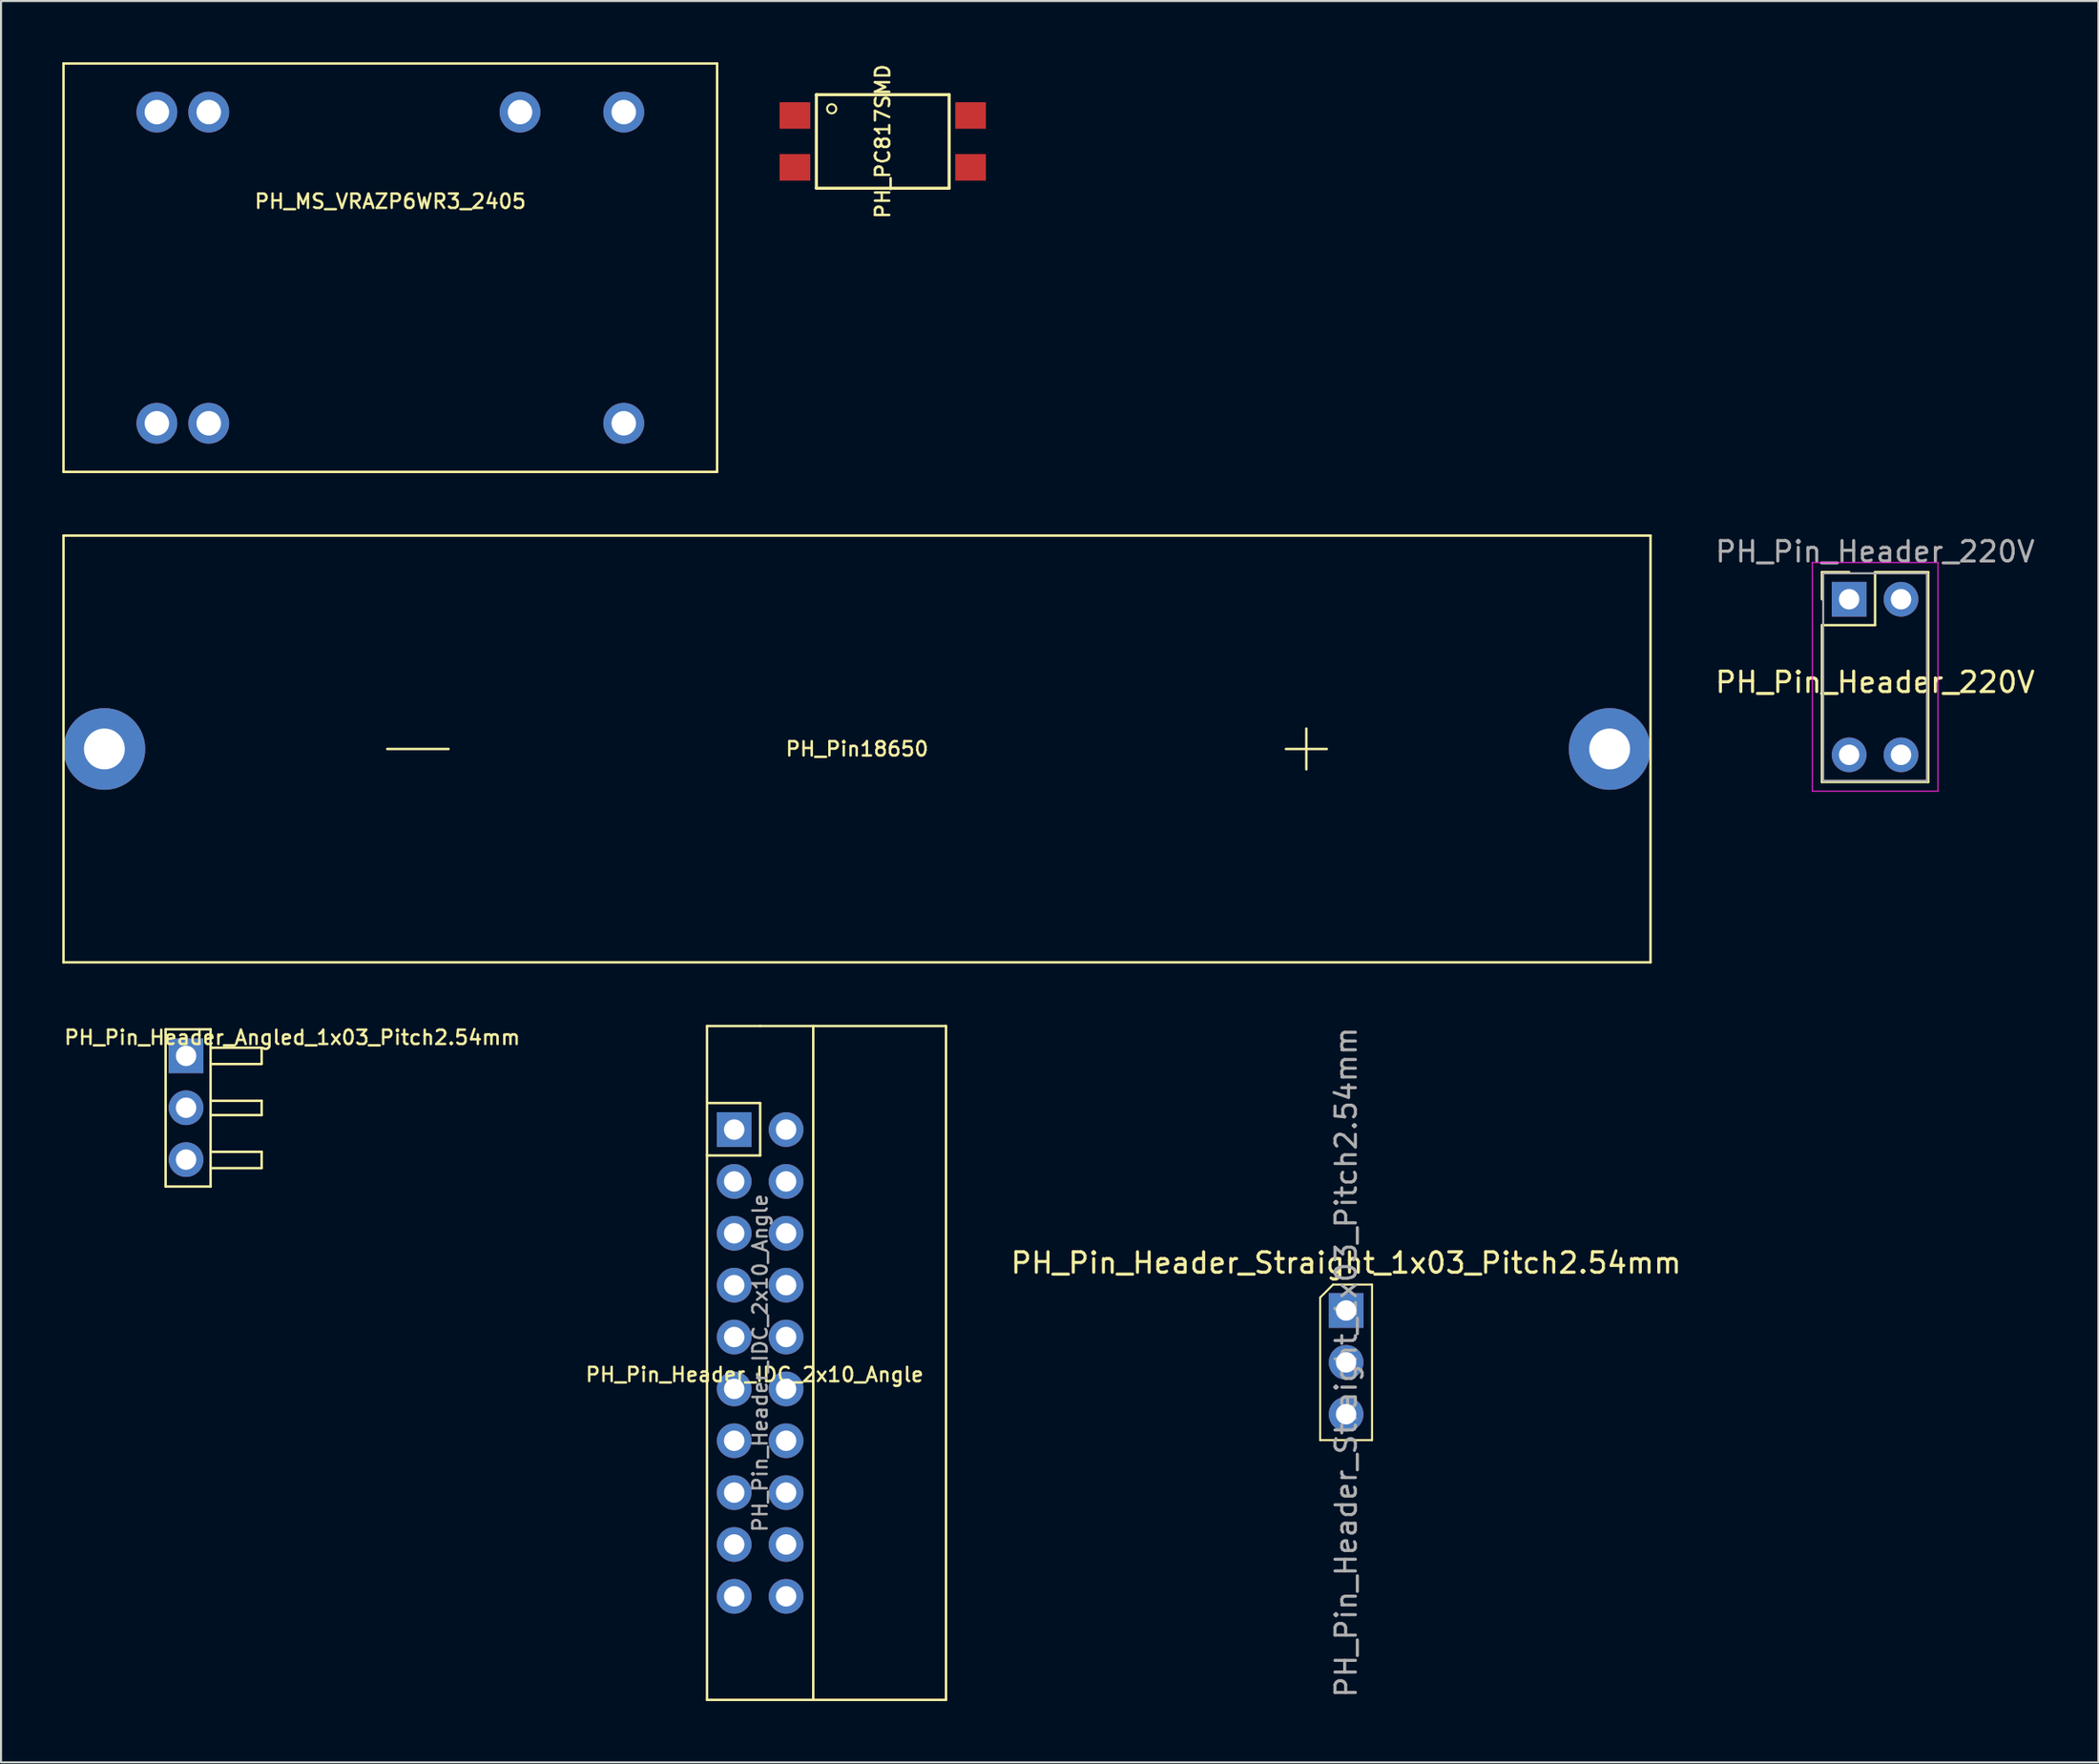
<source format=kicad_pcb>
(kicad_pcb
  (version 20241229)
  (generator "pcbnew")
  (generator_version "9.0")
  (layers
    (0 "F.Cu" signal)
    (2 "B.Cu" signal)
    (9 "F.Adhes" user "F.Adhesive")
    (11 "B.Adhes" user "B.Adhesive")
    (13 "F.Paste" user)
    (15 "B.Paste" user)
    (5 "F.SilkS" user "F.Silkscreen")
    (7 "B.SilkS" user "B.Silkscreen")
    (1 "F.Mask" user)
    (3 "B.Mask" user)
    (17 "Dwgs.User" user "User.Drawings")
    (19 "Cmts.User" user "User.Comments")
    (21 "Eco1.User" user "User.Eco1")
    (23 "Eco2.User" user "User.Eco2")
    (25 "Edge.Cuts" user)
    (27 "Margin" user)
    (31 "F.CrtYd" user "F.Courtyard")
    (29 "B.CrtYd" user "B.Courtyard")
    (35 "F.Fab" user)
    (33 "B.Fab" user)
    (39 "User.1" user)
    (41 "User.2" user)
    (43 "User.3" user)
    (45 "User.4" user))
  (footprint "PH_Pin_Header_Angled_1x03_Pitch2.54mm"
    (layer "F.Cu")
    (at 6.06 48.66)
    (property "Reference" "PH_Pin_Header_Angled_1x03_Pitch2.54mm" (at 5.2 -0.9 0) (layer "F.SilkS") (effects (font (size 0.7 0.7) (thickness 0.12))))
    (attr through_hole)
    (fp_line (start -1 -1.3) (end -1 6.4) (stroke (width 0.12) (type solid)) (layer "F.SilkS"))
    (fp_line (start -1 -1.3) (end 1.2 -1.3) (stroke (width 0.12) (type solid)) (layer "F.SilkS"))
    (fp_line (start 1.2 -1.3) (end 1.2 6.4) (stroke (width 0.12) (type solid)) (layer "F.SilkS"))
    (fp_line (start 1.2 6.4) (end -1 6.4) (stroke (width 0.12) (type solid)) (layer "F.SilkS"))
    (fp_line (start 1.3 -0.4) (end 1.2 -0.4) (stroke (width 0.12) (type solid)) (layer "F.SilkS"))
    (fp_line (start 3.7 -0.4) (end 1.3 -0.4) (stroke (width 0.12) (type solid)) (layer "F.SilkS"))
    (fp_line (start 3.7 -0.38) (end 3.7 0.38) (stroke (width 0.12) (type solid)) (layer "F.SilkS"))
    (fp_line (start 3.7 0.4) (end 1.2 0.4) (stroke (width 0.12) (type solid)) (layer "F.SilkS"))
    (fp_line (start 3.7 2.2) (end 1.2 2.2) (stroke (width 0.12) (type solid)) (layer "F.SilkS"))
    (fp_line (start 3.7 2.2) (end 3.7 2.9) (stroke (width 0.12) (type solid)) (layer "F.SilkS"))
    (fp_line (start 3.7 2.9) (end 1.2 2.9) (stroke (width 0.12) (type solid)) (layer "F.SilkS"))
    (fp_line (start 3.7 4.7) (end 1.2 4.7) (stroke (width 0.12) (type solid)) (layer "F.SilkS"))
    (fp_line (start 3.7 4.7) (end 3.7 5.48) (stroke (width 0.12) (type solid)) (layer "F.SilkS"))
    (fp_line (start 3.7 5.5) (end 1.2 5.5) (stroke (width 0.12) (type solid)) (layer "F.SilkS"))
    (pad "1" thru_hole rect (at 0 0) (size 1.7 1.7) (drill 1) (layers "*.Cu" "*.Mask"))
    (pad "2" thru_hole oval (at 0 2.54) (size 1.7 1.7) (drill 1) (layers "*.Cu" "*.Mask"))
    (pad "3" thru_hole oval (at 0 5.08) (size 1.7 1.7) (drill 1) (layers "*.Cu" "*.Mask")))
  (footprint "PH_Pin_Header_220V"
    (layer "F.Cu")
    (at 87.485 26.298)
    (property "Reference" "PH_Pin_Header_220V" (at 1.27 4.064 0) (layer "F.SilkS") (effects (font (size 1 1) (thickness 0.15))))
    (attr through_hole)
    (fp_line (start -1.33 -1.33) (end 0 -1.33) (stroke (width 0.12) (type solid)) (layer "F.SilkS"))
    (fp_line (start -1.33 0) (end -1.33 -1.33) (stroke (width 0.12) (type solid)) (layer "F.SilkS"))
    (fp_line (start -1.33 1.27) (end -1.33 8.95) (stroke (width 0.12) (type solid)) (layer "F.SilkS"))
    (fp_line (start -1.33 8.95) (end 3.87 8.95) (stroke (width 0.12) (type solid)) (layer "F.SilkS"))
    (fp_line (start 1.27 -1.33) (end 1.27 1.27) (stroke (width 0.12) (type solid)) (layer "F.SilkS"))
    (fp_line (start 1.27 1.27) (end -1.33 1.27) (stroke (width 0.12) (type solid)) (layer "F.SilkS"))
    (fp_line (start 3.87 -1.33) (end 1.27 -1.33) (stroke (width 0.12) (type solid)) (layer "F.SilkS"))
    (fp_line (start 3.87 8.95) (end 3.87 -1.33) (stroke (width 0.12) (type solid)) (layer "F.SilkS"))
    (fp_line (start -1.8 -1.8) (end -1.8 9.4) (stroke (width 0.05) (type solid)) (layer "F.CrtYd"))
    (fp_line (start -1.8 9.4) (end 4.35 9.4) (stroke (width 0.05) (type solid)) (layer "F.CrtYd"))
    (fp_line (start 4.35 -1.8) (end -1.8 -1.8) (stroke (width 0.05) (type solid)) (layer "F.CrtYd"))
    (fp_line (start 4.35 9.4) (end 4.35 -1.8) (stroke (width 0.05) (type solid)) (layer "F.CrtYd"))
    (fp_line (start -1.27 -1.27) (end -1.27 8.89) (stroke (width 0.1) (type solid)) (layer "F.Fab"))
    (fp_line (start -1.27 8.89) (end 3.81 8.89) (stroke (width 0.1) (type solid)) (layer "F.Fab"))
    (fp_line (start 3.81 -1.27) (end -1.27 -1.27) (stroke (width 0.1) (type solid)) (layer "F.Fab"))
    (fp_line (start 3.81 8.89) (end 3.81 -1.27) (stroke (width 0.1) (type solid)) (layer "F.Fab"))
    (fp_text user "${REFERENCE}" (at 1.27 -2.33 0) (layer "F.Fab") (effects (font (size 1 1) (thickness 0.15))))
    (pad "1" thru_hole rect (at 0 0) (size 1.7 1.7) (drill 1) (layers "*.Cu" "*.Mask"))
    (pad "2" thru_hole oval (at 2.54 0) (size 1.7 1.7) (drill 1) (layers "*.Cu" "*.Mask"))
    (pad "7" thru_hole oval (at 0 7.62) (size 1.7 1.7) (drill 1) (layers "*.Cu" "*.Mask"))
    (pad "8" thru_hole oval (at 2.54 7.62) (size 1.7 1.7) (drill 1) (layers "*.Cu" "*.Mask")))
  (footprint "PH_Pin_Header_IDC_2x10_Angle"
    (layer "F.Cu")
    (at 32.897 52.27)
    (property "Reference" "PH_Pin_Header_IDC_2x10_Angle" (at 1 12 0) (layer "F.SilkS") (effects (font (size 0.7 0.7) (thickness 0.12))))
    (attr through_hole)
    (fp_line (start -1.33 -5.07) (end -1.33 27.93) (stroke (width 0.12) (type solid)) (layer "F.SilkS"))
    (fp_line (start -1.33 -5.07) (end 1.27 -5.07) (stroke (width 0.12) (type solid)) (layer "F.SilkS"))
    (fp_line (start -1.33 1.27) (end 1.27 1.27) (stroke (width 0.12) (type solid)) (layer "F.SilkS"))
    (fp_line (start -1.33 27.93) (end 10.37 27.93) (stroke (width 0.12) (type solid)) (layer "F.SilkS"))
    (fp_line (start 1.27 -5.07) (end 10.37 -5.07) (stroke (width 0.12) (type solid)) (layer "F.SilkS"))
    (fp_line (start 1.27 -1.3) (end -1.3 -1.3) (stroke (width 0.12) (type solid)) (layer "F.SilkS"))
    (fp_line (start 1.27 1.27) (end 1.27 -1.3) (stroke (width 0.12) (type solid)) (layer "F.SilkS"))
    (fp_line (start 3.87 -5.07) (end 3.87 27.93) (stroke (width 0.12) (type solid)) (layer "F.SilkS"))
    (fp_line (start 10.37 -5.07) (end 10.37 27.93) (stroke (width 0.12) (type solid)) (layer "F.SilkS"))
    (fp_text user "${REFERENCE}" (at 1.27 11.43 90) (layer "F.Fab") (effects (font (size 0.7 0.7) (thickness 0.12))))
    (pad "1" thru_hole rect (at 0 0) (size 1.7 1.7) (drill 1) (layers "*.Cu" "*.Mask"))
    (pad "2" thru_hole oval (at 2.54 0) (size 1.7 1.7) (drill 1) (layers "*.Cu" "*.Mask"))
    (pad "3" thru_hole oval (at 0 2.54) (size 1.7 1.7) (drill 1) (layers "*.Cu" "*.Mask"))
    (pad "4" thru_hole oval (at 2.54 2.54) (size 1.7 1.7) (drill 1) (layers "*.Cu" "*.Mask"))
    (pad "5" thru_hole oval (at 0 5.08) (size 1.7 1.7) (drill 1) (layers "*.Cu" "*.Mask"))
    (pad "6" thru_hole oval (at 2.54 5.08) (size 1.7 1.7) (drill 1) (layers "*.Cu" "*.Mask"))
    (pad "7" thru_hole oval (at 0 7.62) (size 1.7 1.7) (drill 1) (layers "*.Cu" "*.Mask"))
    (pad "8" thru_hole oval (at 2.54 7.62) (size 1.7 1.7) (drill 1) (layers "*.Cu" "*.Mask"))
    (pad "9" thru_hole oval (at 0 10.16) (size 1.7 1.7) (drill 1) (layers "*.Cu" "*.Mask"))
    (pad "10" thru_hole oval (at 2.54 10.16) (size 1.7 1.7) (drill 1) (layers "*.Cu" "*.Mask"))
    (pad "11" thru_hole oval (at 0 12.7) (size 1.7 1.7) (drill 1) (layers "*.Cu" "*.Mask"))
    (pad "12" thru_hole oval (at 2.54 12.7) (size 1.7 1.7) (drill 1) (layers "*.Cu" "*.Mask"))
    (pad "13" thru_hole oval (at 0 15.24) (size 1.7 1.7) (drill 1) (layers "*.Cu" "*.Mask"))
    (pad "14" thru_hole oval (at 2.54 15.24) (size 1.7 1.7) (drill 1) (layers "*.Cu" "*.Mask"))
    (pad "15" thru_hole oval (at 0 17.78) (size 1.7 1.7) (drill 1) (layers "*.Cu" "*.Mask"))
    (pad "16" thru_hole oval (at 2.54 17.78) (size 1.7 1.7) (drill 1) (layers "*.Cu" "*.Mask"))
    (pad "17" thru_hole oval (at 0 20.32) (size 1.7 1.7) (drill 1) (layers "*.Cu" "*.Mask"))
    (pad "18" thru_hole oval (at 2.54 20.32) (size 1.7 1.7) (drill 1) (layers "*.Cu" "*.Mask"))
    (pad "19" thru_hole oval (at 0 22.86) (size 1.7 1.7) (drill 1) (layers "*.Cu" "*.Mask"))
    (pad "20" thru_hole oval (at 2.54 22.86) (size 1.7 1.7) (drill 1) (layers "*.Cu" "*.Mask")))
  (footprint "PH_PC817SMD"
    (layer "F.Cu")
    (at 40.17 3.877)
    (property "Reference" "PH_PC817SMD" (at 0 0 90) (layer "F.SilkS") (effects (font (size 0.7 0.7) (thickness 0.12))))
    (attr through_hole)
    (fp_line (start -3.25 -2.29) (end -3.25 2.29) (stroke (width 0.15) (type solid)) (layer "F.SilkS"))
    (fp_line (start -3.25 2.29) (end 3.25 2.29) (stroke (width 0.15) (type solid)) (layer "F.SilkS"))
    (fp_line (start 3.25 -2.29) (end -3.25 -2.29) (stroke (width 0.15) (type solid)) (layer "F.SilkS"))
    (fp_line (start 3.25 2.29) (end 3.25 -2.29) (stroke (width 0.15) (type solid)) (layer "F.SilkS"))
    (fp_circle (center -2.5 -1.6) (end -2.4 -1.4) (stroke (width 0.1) (type solid)) (fill no) (layer "F.SilkS"))
    (pad "1" smd rect (at -4.3 -1.27) (size 1.5 1.3) (layers "F.Cu" "F.Mask" "F.Paste"))
    (pad "2" smd rect (at -4.3 1.27) (size 1.5 1.3) (layers "F.Cu" "F.Mask" "F.Paste"))
    (pad "3" smd rect (at 4.3 1.27) (size 1.5 1.3) (layers "F.Cu" "F.Mask" "F.Paste"))
    (pad "4" smd rect (at 4.3 -1.27) (size 1.5 1.3) (layers "F.Cu" "F.Mask" "F.Paste")))
  (footprint "PH_Pin18650"
    (layer "F.Cu")
    (at 38.91 33.63)
    (property "Reference" "PH_Pin18650" (at 0 0 0) (layer "F.SilkS") (effects (font (size 0.7 0.7) (thickness 0.12))))
    (attr through_hole)
    (fp_line (start -38.85 -10.45) (end -38.85 10.45) (stroke (width 0.12) (type solid)) (layer "F.SilkS"))
    (fp_line (start -38.85 -10.45) (end 38.85 -10.45) (stroke (width 0.12) (type solid)) (layer "F.SilkS"))
    (fp_line (start -38.85 10.45) (end 38.85 10.45) (stroke (width 0.12) (type solid)) (layer "F.SilkS"))
    (fp_line (start -23 0) (end -20 0) (stroke (width 0.12) (type solid)) (layer "F.SilkS"))
    (fp_line (start 21 0) (end 23 0) (stroke (width 0.12) (type solid)) (layer "F.SilkS"))
    (fp_line (start 22 -1) (end 22 1) (stroke (width 0.12) (type solid)) (layer "F.SilkS"))
    (fp_line (start 38.85 -10.45) (end 38.85 10.45) (stroke (width 0.12) (type solid)) (layer "F.SilkS"))
    (pad "1" thru_hole circle (at 36.85 0) (size 4 4) (drill 2) (layers "*.Cu" "*.Mask"))
    (pad "2" thru_hole circle (at -36.85 0) (size 4 4) (drill 2) (layers "*.Cu" "*.Mask")))
  (footprint "PH_Pin_Header_Straight_1x03_Pitch2.54mm"
    (layer "F.Cu")
    (at 62.856 61.13)
    (property "Reference" "PH_Pin_Header_Straight_1x03_Pitch2.54mm" (at 0 -2.33 0) (layer "F.SilkS") (effects (font (size 1 1) (thickness 0.15))))
    (attr through_hole)
    (fp_line (start -1.27 -0.635) (end -0.635 -1.27) (stroke (width 0.1) (type solid)) (layer "F.SilkS"))
    (fp_line (start -1.27 6.35) (end -1.27 -0.635) (stroke (width 0.1) (type solid)) (layer "F.SilkS"))
    (fp_line (start -0.635 -1.27) (end 1.27 -1.27) (stroke (width 0.1) (type solid)) (layer "F.SilkS"))
    (fp_line (start 1.27 -1.27) (end 1.27 6.35) (stroke (width 0.1) (type solid)) (layer "F.SilkS"))
    (fp_line (start 1.27 6.35) (end -1.27 6.35) (stroke (width 0.1) (type solid)) (layer "F.SilkS"))
    (fp_text user "${REFERENCE}" (at 0 2.54 90) (layer "F.Fab") (effects (font (size 1 1) (thickness 0.15))))
    (pad "1" thru_hole rect (at 0 0) (size 1.7 1.7) (drill 1) (layers "*.Cu" "*.Mask"))
    (pad "2" thru_hole oval (at 0 2.54) (size 1.7 1.7) (drill 1) (layers "*.Cu" "*.Mask"))
    (pad "3" thru_hole oval (at 0 5.08) (size 1.7 1.7) (drill 1) (layers "*.Cu" "*.Mask")))
  (footprint "PH_MS_VRAZP6WR3_2405"
    (layer "F.Cu")
    (at 16.06 10.06)
    (property "Reference" "PH_MS_VRAZP6WR3_2405" (at 0 -3.25 0) (layer "F.SilkS") (effects (font (size 0.7 0.7) (thickness 0.12))))
    (attr through_hole)
    (fp_line (start -16 -10) (end -16 10) (stroke (width 0.12) (type solid)) (layer "F.SilkS"))
    (fp_line (start -16 -10) (end 16 -10) (stroke (width 0.12) (type solid)) (layer "F.SilkS"))
    (fp_line (start -16 10) (end 16 10) (stroke (width 0.12) (type solid)) (layer "F.SilkS"))
    (fp_line (start 16 -10) (end 16 10) (stroke (width 0.12) (type solid)) (layer "F.SilkS"))
    (pad "2" thru_hole circle (at -11.43 7.62) (size 2 2) (drill 1.2) (layers "*.Cu" "*.Mask"))
    (pad "3" thru_hole circle (at -8.89 7.62) (size 2 2) (drill 1.2) (layers "*.Cu" "*.Mask"))
    (pad "11" thru_hole circle (at 11.43 7.62) (size 2 2) (drill 1.2) (layers "*.Cu" "*.Mask"))
    (pad "14" thru_hole circle (at 11.43 -7.62) (size 2 2) (drill 1.2) (layers "*.Cu" "*.Mask"))
    (pad "16" thru_hole circle (at 6.35 -7.62) (size 2 2) (drill 1.2) (layers "*.Cu" "*.Mask"))
    (pad "22" thru_hole circle (at -8.89 -7.62) (size 2 2) (drill 1.2) (layers "*.Cu" "*.Mask"))
    (pad "23" thru_hole circle (at -11.43 -7.62) (size 2 2) (drill 1.2) (layers "*.Cu" "*.Mask")))
  (gr_rect
    (start -3 -3)
    (end 99.689 83.26)
    (stroke (width 0.1) (type default))
    (fill no)
    (layer "Edge.Cuts")))
</source>
